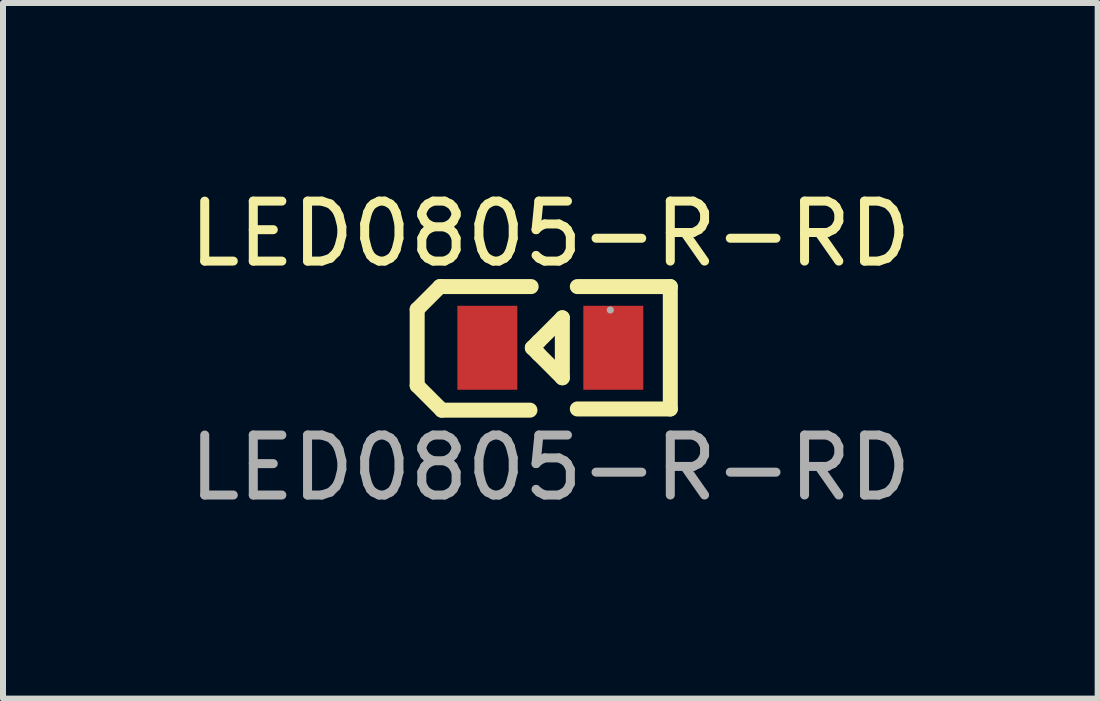
<source format=kicad_pcb>
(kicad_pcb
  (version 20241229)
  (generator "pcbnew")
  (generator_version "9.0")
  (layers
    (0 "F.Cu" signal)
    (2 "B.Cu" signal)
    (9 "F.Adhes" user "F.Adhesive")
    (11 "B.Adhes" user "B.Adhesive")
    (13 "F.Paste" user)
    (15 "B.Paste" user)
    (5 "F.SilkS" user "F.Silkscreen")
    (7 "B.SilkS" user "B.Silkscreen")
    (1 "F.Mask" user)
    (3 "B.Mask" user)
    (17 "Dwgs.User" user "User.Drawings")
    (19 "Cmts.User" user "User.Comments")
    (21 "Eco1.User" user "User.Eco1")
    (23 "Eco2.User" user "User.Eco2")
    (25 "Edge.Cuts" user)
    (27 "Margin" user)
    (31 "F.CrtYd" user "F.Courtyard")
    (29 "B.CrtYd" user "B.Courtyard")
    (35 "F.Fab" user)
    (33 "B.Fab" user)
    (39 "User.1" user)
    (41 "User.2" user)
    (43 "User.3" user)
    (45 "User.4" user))
  (footprint "LED0805-R-RD"
    (layer "F.Cu")
    (at 6.125 2.748)
    (property "Reference" "LED0805-R-RD" (at 0 -1.9 0) (layer "F.SilkS") (effects (font (size 1 1) (thickness 0.15))))
    (attr smd)
    (fp_line (start -2.22 -0.64) (end -1.84 -1.02) (stroke (width 0.25) (type solid)) (layer "F.SilkS"))
    (fp_line (start -2.22 0.63) (end -2.22 -0.64) (stroke (width 0.25) (type solid)) (layer "F.SilkS"))
    (fp_line (start -1.84 -1.02) (end -0.32 -1.02) (stroke (width 0.25) (type solid)) (layer "F.SilkS"))
    (fp_line (start -1.81 1.04) (end -2.22 0.63) (stroke (width 0.25) (type solid)) (layer "F.SilkS"))
    (fp_line (start -0.34 1.04) (end -1.81 1.04) (stroke (width 0.25) (type solid)) (layer "F.SilkS"))
    (fp_line (start -0.3 0) (end -0.2 0.1) (stroke (width 0.25) (type solid)) (layer "F.SilkS"))
    (fp_line (start -0.2 -0.1) (end -0.3 0) (stroke (width 0.25) (type solid)) (layer "F.SilkS"))
    (fp_line (start -0.2 0.1) (end 0.2 0.5) (stroke (width 0.25) (type solid)) (layer "F.SilkS"))
    (fp_line (start 0.2 -0.5) (end -0.2 -0.1) (stroke (width 0.25) (type solid)) (layer "F.SilkS"))
    (fp_line (start 0.2 -0.5) (end 0.2 0.5) (stroke (width 0.25) (type solid)) (layer "F.SilkS"))
    (fp_line (start 0.45 1.02) (end 2 1.02) (stroke (width 0.25) (type solid)) (layer "F.SilkS"))
    (fp_line (start 2 -1.02) (end 0.45 -1.02) (stroke (width 0.25) (type solid)) (layer "F.SilkS"))
    (fp_line (start 2 1.02) (end 2 -1.02) (stroke (width 0.25) (type solid)) (layer "F.SilkS"))
    (fp_circle (center 1 -0.63) (end 1.03 -0.63) (stroke (width 0.06) (type solid)) (fill no) (layer "F.Fab"))
    (fp_text user "${REFERENCE}" (at 0 2 0) (layer "F.Fab") (effects (font (size 1 1) (thickness 0.15))))
    (pad "1" smd rect (at 1.05 0 180) (size 1 1.4) (layers "F.Cu" "F.Mask" "F.Paste"))
    (pad "2" smd rect (at -1.05 0 180) (size 1 1.4) (layers "F.Cu" "F.Mask" "F.Paste")))
  (gr_rect
    (start -3 -3)
    (end 15.25 8.597)
    (stroke (width 0.1) (type default))
    (fill no)
    (layer "Edge.Cuts")))
</source>
